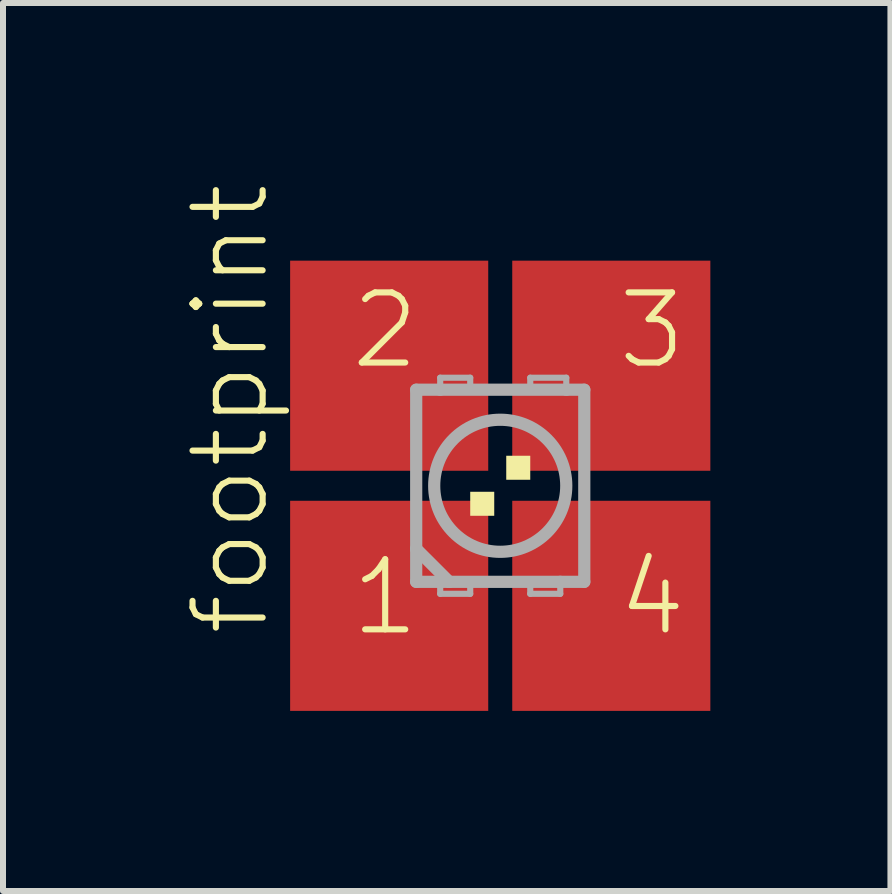
<source format=kicad_pcb>
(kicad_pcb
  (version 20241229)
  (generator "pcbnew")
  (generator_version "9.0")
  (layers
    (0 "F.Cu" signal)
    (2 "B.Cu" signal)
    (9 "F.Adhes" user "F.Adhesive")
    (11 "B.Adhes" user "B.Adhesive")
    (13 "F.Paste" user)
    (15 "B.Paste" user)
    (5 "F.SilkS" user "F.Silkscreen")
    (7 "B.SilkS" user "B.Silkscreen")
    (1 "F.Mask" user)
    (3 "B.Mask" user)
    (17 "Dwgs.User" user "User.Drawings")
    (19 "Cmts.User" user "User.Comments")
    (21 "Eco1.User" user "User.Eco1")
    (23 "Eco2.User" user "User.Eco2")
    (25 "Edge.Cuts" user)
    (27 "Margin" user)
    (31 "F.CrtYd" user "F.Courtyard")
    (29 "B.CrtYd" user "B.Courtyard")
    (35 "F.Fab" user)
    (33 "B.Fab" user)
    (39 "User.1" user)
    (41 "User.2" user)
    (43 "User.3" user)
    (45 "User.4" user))
  (footprint "footprint"
    (layer "F.Cu")
    (at 5.283 5.042)
    (property "Reference" "footprint" (at -3.81 2.54 90) (layer "F.SilkS") (effects (font (size 1.168 1.168) (thickness 0.102)) (justify left bottom)))
    (fp_poly (pts (xy -1.15 -0.75) (xy -0.35 -0.75) (xy -0.35 -1.85) (xy -1.15 -1.85)) (stroke (width 0) (type solid)) (fill yes) (layer "F.Mask"))
    (fp_poly (pts (xy -1.15 1.85) (xy -0.35 1.85) (xy -0.35 0.75) (xy -1.15 0.75)) (stroke (width 0) (type solid)) (fill yes) (layer "F.Mask"))
    (fp_poly (pts (xy 0.35 -0.75) (xy 1.15 -0.75) (xy 1.15 -1.85) (xy 0.35 -1.85)) (stroke (width 0) (type solid)) (fill yes) (layer "F.Mask"))
    (fp_poly (pts (xy 0.35 1.85) (xy 1.15 1.85) (xy 1.15 0.75) (xy 0.35 0.75)) (stroke (width 0) (type solid)) (fill yes) (layer "F.Mask"))
    (fp_poly (pts (xy -0.5 0.5) (xy -0.1 0.5) (xy -0.1 0.1) (xy -0.5 0.1)) (stroke (width 0) (type solid)) (fill yes) (layer "F.SilkS"))
    (fp_poly (pts (xy 0.1 -0.1) (xy 0.5 -0.1) (xy 0.5 -0.5) (xy 0.1 -0.5)) (stroke (width 0) (type solid)) (fill yes) (layer "F.SilkS"))
    (fp_poly (pts (xy -1.1 -0.8) (xy -0.4 -0.8) (xy -0.4 -1.8) (xy -1.1 -1.8)) (stroke (width 0) (type solid)) (fill yes) (layer "F.Paste"))
    (fp_poly (pts (xy -1.1 1.8) (xy -0.4 1.8) (xy -0.4 0.8) (xy -1.1 0.8)) (stroke (width 0) (type solid)) (fill yes) (layer "F.Paste"))
    (fp_poly (pts (xy 0.4 -0.8) (xy 1.1 -0.8) (xy 1.1 -1.8) (xy 0.4 -1.8)) (stroke (width 0) (type solid)) (fill yes) (layer "F.Paste"))
    (fp_poly (pts (xy 0.4 1.8) (xy 1.1 1.8) (xy 1.1 0.8) (xy 0.4 0.8)) (stroke (width 0) (type solid)) (fill yes) (layer "F.Paste"))
    (fp_line (start -1.4 -1.6) (end -1.4 1.05) (stroke (width 0.203) (type solid)) (layer "F.Fab"))
    (fp_line (start -1.4 1.05) (end -1.4 1.6) (stroke (width 0.203) (type solid)) (layer "F.Fab"))
    (fp_line (start -1.4 1.6) (end -1 1.6) (stroke (width 0.203) (type solid)) (layer "F.Fab"))
    (fp_line (start -1 -1.8) (end -0.5 -1.8) (stroke (width 0.102) (type solid)) (layer "F.Fab"))
    (fp_line (start -1 -1.6) (end -1.4 -1.6) (stroke (width 0.203) (type solid)) (layer "F.Fab"))
    (fp_line (start -1 -1.6) (end -1 -1.8) (stroke (width 0.102) (type solid)) (layer "F.Fab"))
    (fp_line (start -1 1.6) (end -1 1.8) (stroke (width 0.102) (type solid)) (layer "F.Fab"))
    (fp_line (start -1 1.6) (end -0.85 1.6) (stroke (width 0.203) (type solid)) (layer "F.Fab"))
    (fp_line (start -1 1.8) (end -0.5 1.8) (stroke (width 0.102) (type solid)) (layer "F.Fab"))
    (fp_line (start -0.85 1.6) (end -1.4 1.05) (stroke (width 0.203) (type solid)) (layer "F.Fab"))
    (fp_line (start -0.85 1.6) (end 1 1.6) (stroke (width 0.203) (type solid)) (layer "F.Fab"))
    (fp_line (start -0.5 -1.8) (end -0.5 -1.65) (stroke (width 0.102) (type solid)) (layer "F.Fab"))
    (fp_line (start -0.5 1.8) (end -0.5 1.65) (stroke (width 0.102) (type solid)) (layer "F.Fab"))
    (fp_line (start 0.5 -1.8) (end 1.1 -1.8) (stroke (width 0.102) (type solid)) (layer "F.Fab"))
    (fp_line (start 0.5 -1.65) (end 0.5 -1.8) (stroke (width 0.102) (type solid)) (layer "F.Fab"))
    (fp_line (start 0.5 1.65) (end 0.5 1.8) (stroke (width 0.102) (type solid)) (layer "F.Fab"))
    (fp_line (start 0.5 1.8) (end 1 1.8) (stroke (width 0.102) (type solid)) (layer "F.Fab"))
    (fp_line (start 1 1.6) (end 1.4 1.6) (stroke (width 0.203) (type solid)) (layer "F.Fab"))
    (fp_line (start 1 1.8) (end 1 1.6) (stroke (width 0.102) (type solid)) (layer "F.Fab"))
    (fp_line (start 1.1 -1.8) (end 1.1 -1.6) (stroke (width 0.102) (type solid)) (layer "F.Fab"))
    (fp_line (start 1.1 -1.6) (end -1 -1.6) (stroke (width 0.203) (type solid)) (layer "F.Fab"))
    (fp_line (start 1.4 -1.6) (end 1.1 -1.6) (stroke (width 0.203) (type solid)) (layer "F.Fab"))
    (fp_line (start 1.4 1.6) (end 1.4 -1.6) (stroke (width 0.203) (type solid)) (layer "F.Fab"))
    (fp_circle (center 0 0) (end 1.1 0) (stroke (width 0.203) (type solid)) (fill no) (layer "F.Fab"))
    (fp_text user "2" (at -2.54 -1.905 0) (layer "F.SilkS") (effects (font (size 1.168 1.168) (thickness 0.102)) (justify left bottom)))
    (fp_text user "3" (at 1.905 -1.905 0) (layer "F.SilkS") (effects (font (size 1.168 1.168) (thickness 0.102)) (justify left bottom)))
    (fp_text user "4" (at 1.905 2.54 0) (layer "F.SilkS") (effects (font (size 1.168 1.168) (thickness 0.102)) (justify left bottom)))
    (fp_text user "1" (at -2.54 2.54 0) (layer "F.SilkS") (effects (font (size 1.168 1.168) (thickness 0.102)) (justify left bottom)))
    (pad "1" smd rect (at -1.85 2) (size 3.3 3.5) (layers "F.Cu"))
    (pad "2" smd rect (at -1.85 -2) (size 3.3 3.5) (layers "F.Cu"))
    (pad "3" smd rect (at 1.85 -2) (size 3.3 3.5) (layers "F.Cu"))
    (pad "4" smd rect (at 1.85 2) (size 3.3 3.5) (layers "F.Cu")))
  (gr_rect
    (start -3 -3)
    (end 11.783 11.792)
    (stroke (width 0.1) (type default))
    (fill no)
    (layer "Edge.Cuts")))
</source>
